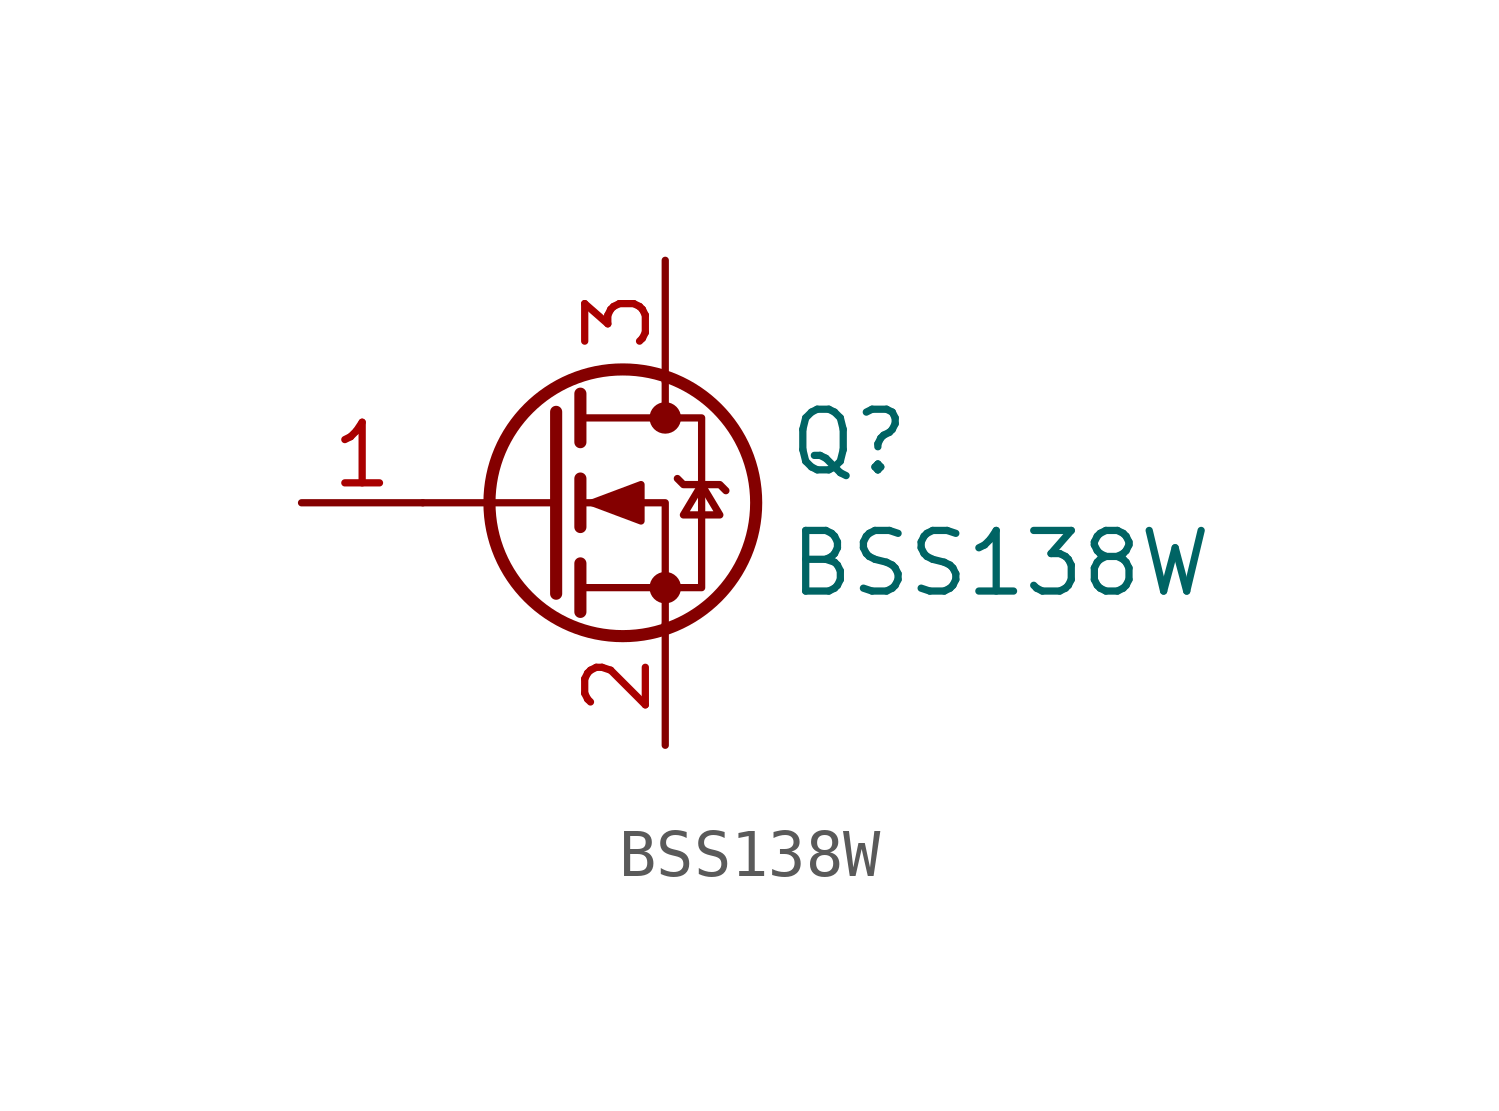
<source format=kicad_sym>
(kicad_symbol_lib
  (version 20231120)
  (generator "kicad_symbol_editor")
  (generator_version "8.0")
  (symbol "BSS138W"
    (pin_names
      (offset 0) hide)
    (property "Reference" "Q"
      (at 5.08 1.27 0)
      (effects (font (size 1.27 1.27)) (justify left)))
    (property "Value" "BSS138W"
      (at 5.08 -1.27 0)
      (effects (font (size 1.27 1.27)) (justify left)))
    (symbol "BSS138W_0_1"
      (polyline (pts (xy 0.254 0) (xy -2.54 0)) (stroke (width 0) (type default)) (fill (type none)))
      (polyline (pts (xy 0.254 1.905) (xy 0.254 -1.905)) (stroke (width 0.254) (type default)) (fill (type none)))
      (polyline (pts (xy 0.762 -1.27) (xy 0.762 -2.286)) (stroke (width 0.254) (type default)) (fill (type none)))
      (polyline (pts (xy 0.762 0.508) (xy 0.762 -0.508)) (stroke (width 0.254) (type default)) (fill (type none)))
      (polyline (pts (xy 0.762 2.286) (xy 0.762 1.27)) (stroke (width 0.254) (type default)) (fill (type none)))
      (polyline (pts (xy 2.54 2.54) (xy 2.54 1.778)) (stroke (width 0) (type default)) (fill (type none)))
      (polyline (pts (xy 2.54 -2.54) (xy 2.54 0) (xy 0.762 0)) (stroke (width 0) (type default)) (fill (type none)))
      (polyline (pts (xy 0.762 -1.778) (xy 3.302 -1.778) (xy 3.302 1.778) (xy 0.762 1.778)) (stroke (width 0) (type default)) (fill (type none)))
      (polyline (pts (xy 1.016 0) (xy 2.032 0.381) (xy 2.032 -0.381) (xy 1.016 0)) (stroke (width 0) (type default)) (fill (type outline)))
      (polyline (pts (xy 2.794 0.508) (xy 2.921 0.381) (xy 3.683 0.381) (xy 3.81 0.254)) (stroke (width 0) (type default)) (fill (type none)))
      (polyline (pts (xy 3.302 0.381) (xy 2.921 -0.254) (xy 3.683 -0.254) (xy 3.302 0.381)) (stroke (width 0) (type default)) (fill (type none)))
      (circle (center 1.651 0) (radius 2.794) (stroke (width 0.254) (type default)) (fill (type none)))
      (circle (center 2.54 -1.778) (radius 0.254) (stroke (width 0) (type default)) (fill (type outline)))
      (circle (center 2.54 1.778) (radius 0.254) (stroke (width 0) (type default)) (fill (type outline))))
    (symbol "BSS138W_1_1"
      (pin input line (at -5.08 0 0) (length 2.54) (name "G" (effects (font (size 1.27 1.27)))) (number "1" (effects (font (size 1.27 1.27)))))
      (pin passive line (at 2.54 -5.08 90) (length 2.54) (name "S" (effects (font (size 1.27 1.27)))) (number "2" (effects (font (size 1.27 1.27)))))
      (pin passive line (at 2.54 5.08 270) (length 2.54) (name "D" (effects (font (size 1.27 1.27)))) (number "3" (effects (font (size 1.27 1.27))))))))
</source>
